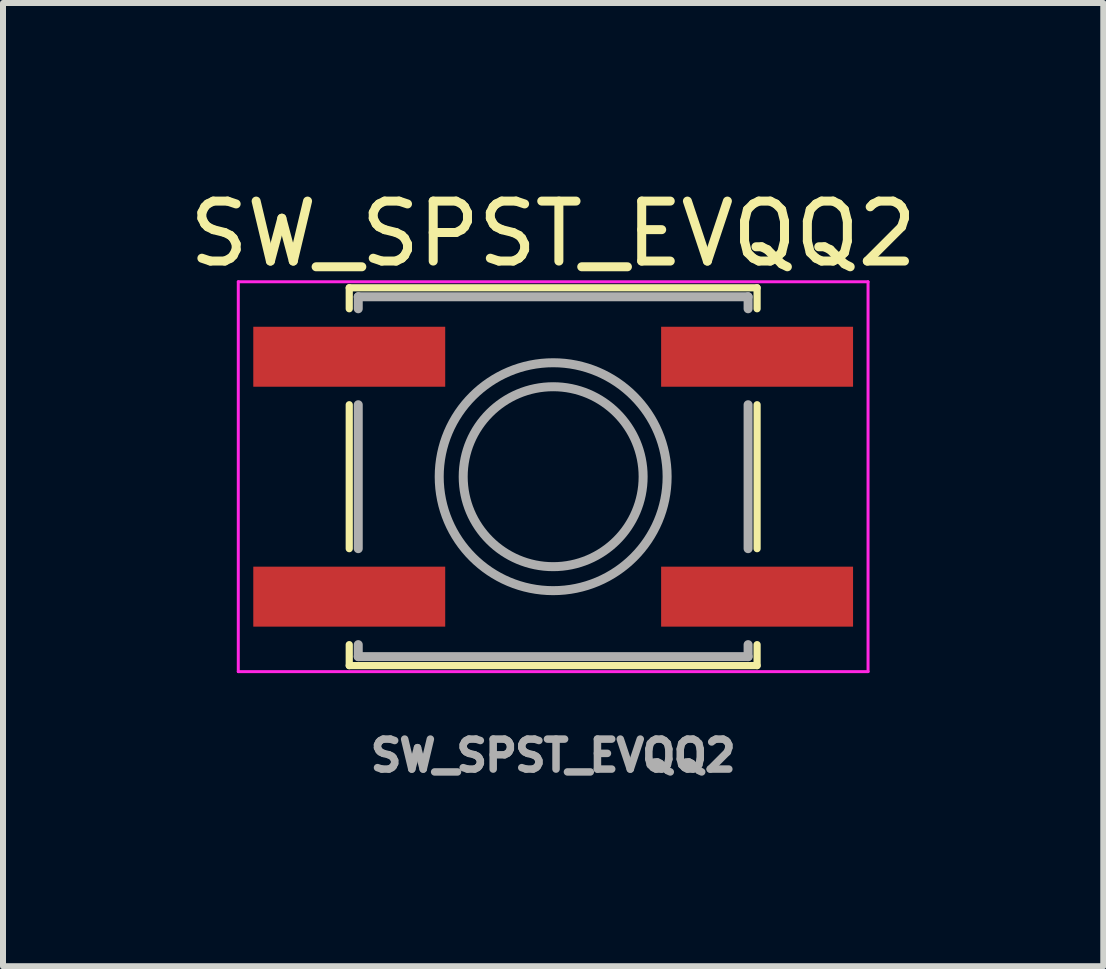
<source format=kicad_pcb>
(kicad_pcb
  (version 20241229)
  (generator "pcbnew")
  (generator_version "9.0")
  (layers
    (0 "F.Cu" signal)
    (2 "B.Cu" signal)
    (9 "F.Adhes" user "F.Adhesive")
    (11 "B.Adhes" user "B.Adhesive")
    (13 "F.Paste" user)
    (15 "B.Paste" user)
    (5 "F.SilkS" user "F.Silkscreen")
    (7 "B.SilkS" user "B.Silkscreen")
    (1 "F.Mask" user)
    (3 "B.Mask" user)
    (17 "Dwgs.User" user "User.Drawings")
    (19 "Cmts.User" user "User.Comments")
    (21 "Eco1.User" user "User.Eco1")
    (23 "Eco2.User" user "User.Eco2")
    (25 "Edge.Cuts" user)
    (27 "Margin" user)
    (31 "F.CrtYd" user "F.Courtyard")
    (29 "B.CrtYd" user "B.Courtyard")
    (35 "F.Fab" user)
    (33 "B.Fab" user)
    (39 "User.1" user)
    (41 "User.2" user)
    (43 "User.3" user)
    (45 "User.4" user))
  (footprint "SW_SPST_EVQQ2"
    (layer "F.Cu")
    (at 6.173 4.898)
    (property "Reference" "SW_SPST_EVQQ2" (at 0 -4.05 180) (layer "F.SilkS") (effects (font (size 1 1) (thickness 0.15))))
    (attr smd)
    (fp_line (start -3.4 -3.15) (end -3.4 -2.8) (stroke (width 0.12) (type solid)) (layer "F.SilkS"))
    (fp_line (start -3.4 -1.2) (end -3.4 1.2) (stroke (width 0.12) (type solid)) (layer "F.SilkS"))
    (fp_line (start -3.4 2.8) (end -3.4 3.15) (stroke (width 0.12) (type solid)) (layer "F.SilkS"))
    (fp_line (start -3.4 3.15) (end 3.4 3.15) (stroke (width 0.12) (type solid)) (layer "F.SilkS"))
    (fp_line (start 3.4 -3.15) (end -3.4 -3.15) (stroke (width 0.12) (type solid)) (layer "F.SilkS"))
    (fp_line (start 3.4 -2.8) (end 3.4 -3.15) (stroke (width 0.12) (type solid)) (layer "F.SilkS"))
    (fp_line (start 3.4 1.2) (end 3.4 -1.2) (stroke (width 0.12) (type solid)) (layer "F.SilkS"))
    (fp_line (start 3.4 3.15) (end 3.4 2.8) (stroke (width 0.12) (type solid)) (layer "F.SilkS"))
    (fp_line (start -5.25 -3.25) (end 5.25 -3.25) (stroke (width 0.05) (type solid)) (layer "F.CrtYd"))
    (fp_line (start -5.25 3.25) (end -5.25 -3.25) (stroke (width 0.05) (type solid)) (layer "F.CrtYd"))
    (fp_line (start 5.25 -3.25) (end 5.25 3.25) (stroke (width 0.05) (type solid)) (layer "F.CrtYd"))
    (fp_line (start 5.25 3.25) (end -5.25 3.25) (stroke (width 0.05) (type solid)) (layer "F.CrtYd"))
    (fp_line (start -3.25 -3) (end -3.25 -2.8) (stroke (width 0.15) (type solid)) (layer "F.Fab"))
    (fp_line (start -3.25 -1.2) (end -3.25 1.2) (stroke (width 0.15) (type solid)) (layer "F.Fab"))
    (fp_line (start -3.25 3) (end -3.25 2.8) (stroke (width 0.15) (type solid)) (layer "F.Fab"))
    (fp_line (start -3.25 3) (end 3.25 3) (stroke (width 0.15) (type solid)) (layer "F.Fab"))
    (fp_line (start 3.25 -3) (end -3.25 -3) (stroke (width 0.15) (type solid)) (layer "F.Fab"))
    (fp_line (start 3.25 -3) (end 3.25 -2.8) (stroke (width 0.15) (type solid)) (layer "F.Fab"))
    (fp_line (start 3.25 -1.2) (end 3.25 1.2) (stroke (width 0.15) (type solid)) (layer "F.Fab"))
    (fp_line (start 3.25 3) (end 3.25 2.8) (stroke (width 0.15) (type solid)) (layer "F.Fab"))
    (fp_circle (center 0 0) (end 1.5 0) (stroke (width 0.15) (type solid)) (fill no) (layer "F.Fab"))
    (fp_circle (center 0 0) (end 1.9 0) (stroke (width 0.15) (type solid)) (fill no) (layer "F.Fab"))
    (fp_text user "${REFERENCE}" (at 0 4.65 0) (layer "F.Fab") (effects (font (size 0.5 0.5) (thickness 0.125))))
    (pad "1" smd rect (at -3.4 -2) (size 3.2 1) (layers "F.Cu" "F.Mask" "F.Paste"))
    (pad "1" smd rect (at 3.4 -2) (size 3.2 1) (layers "F.Cu" "F.Mask" "F.Paste"))
    (pad "2" smd rect (at -3.4 2) (size 3.2 1) (layers "F.Cu" "F.Mask" "F.Paste"))
    (pad "2" smd rect (at 3.4 2) (size 3.2 1) (layers "F.Cu" "F.Mask" "F.Paste")))
  (gr_rect
    (start -3 -3)
    (end 15.345 13.06)
    (stroke (width 0.1) (type default))
    (fill no)
    (layer "Edge.Cuts")))
</source>
